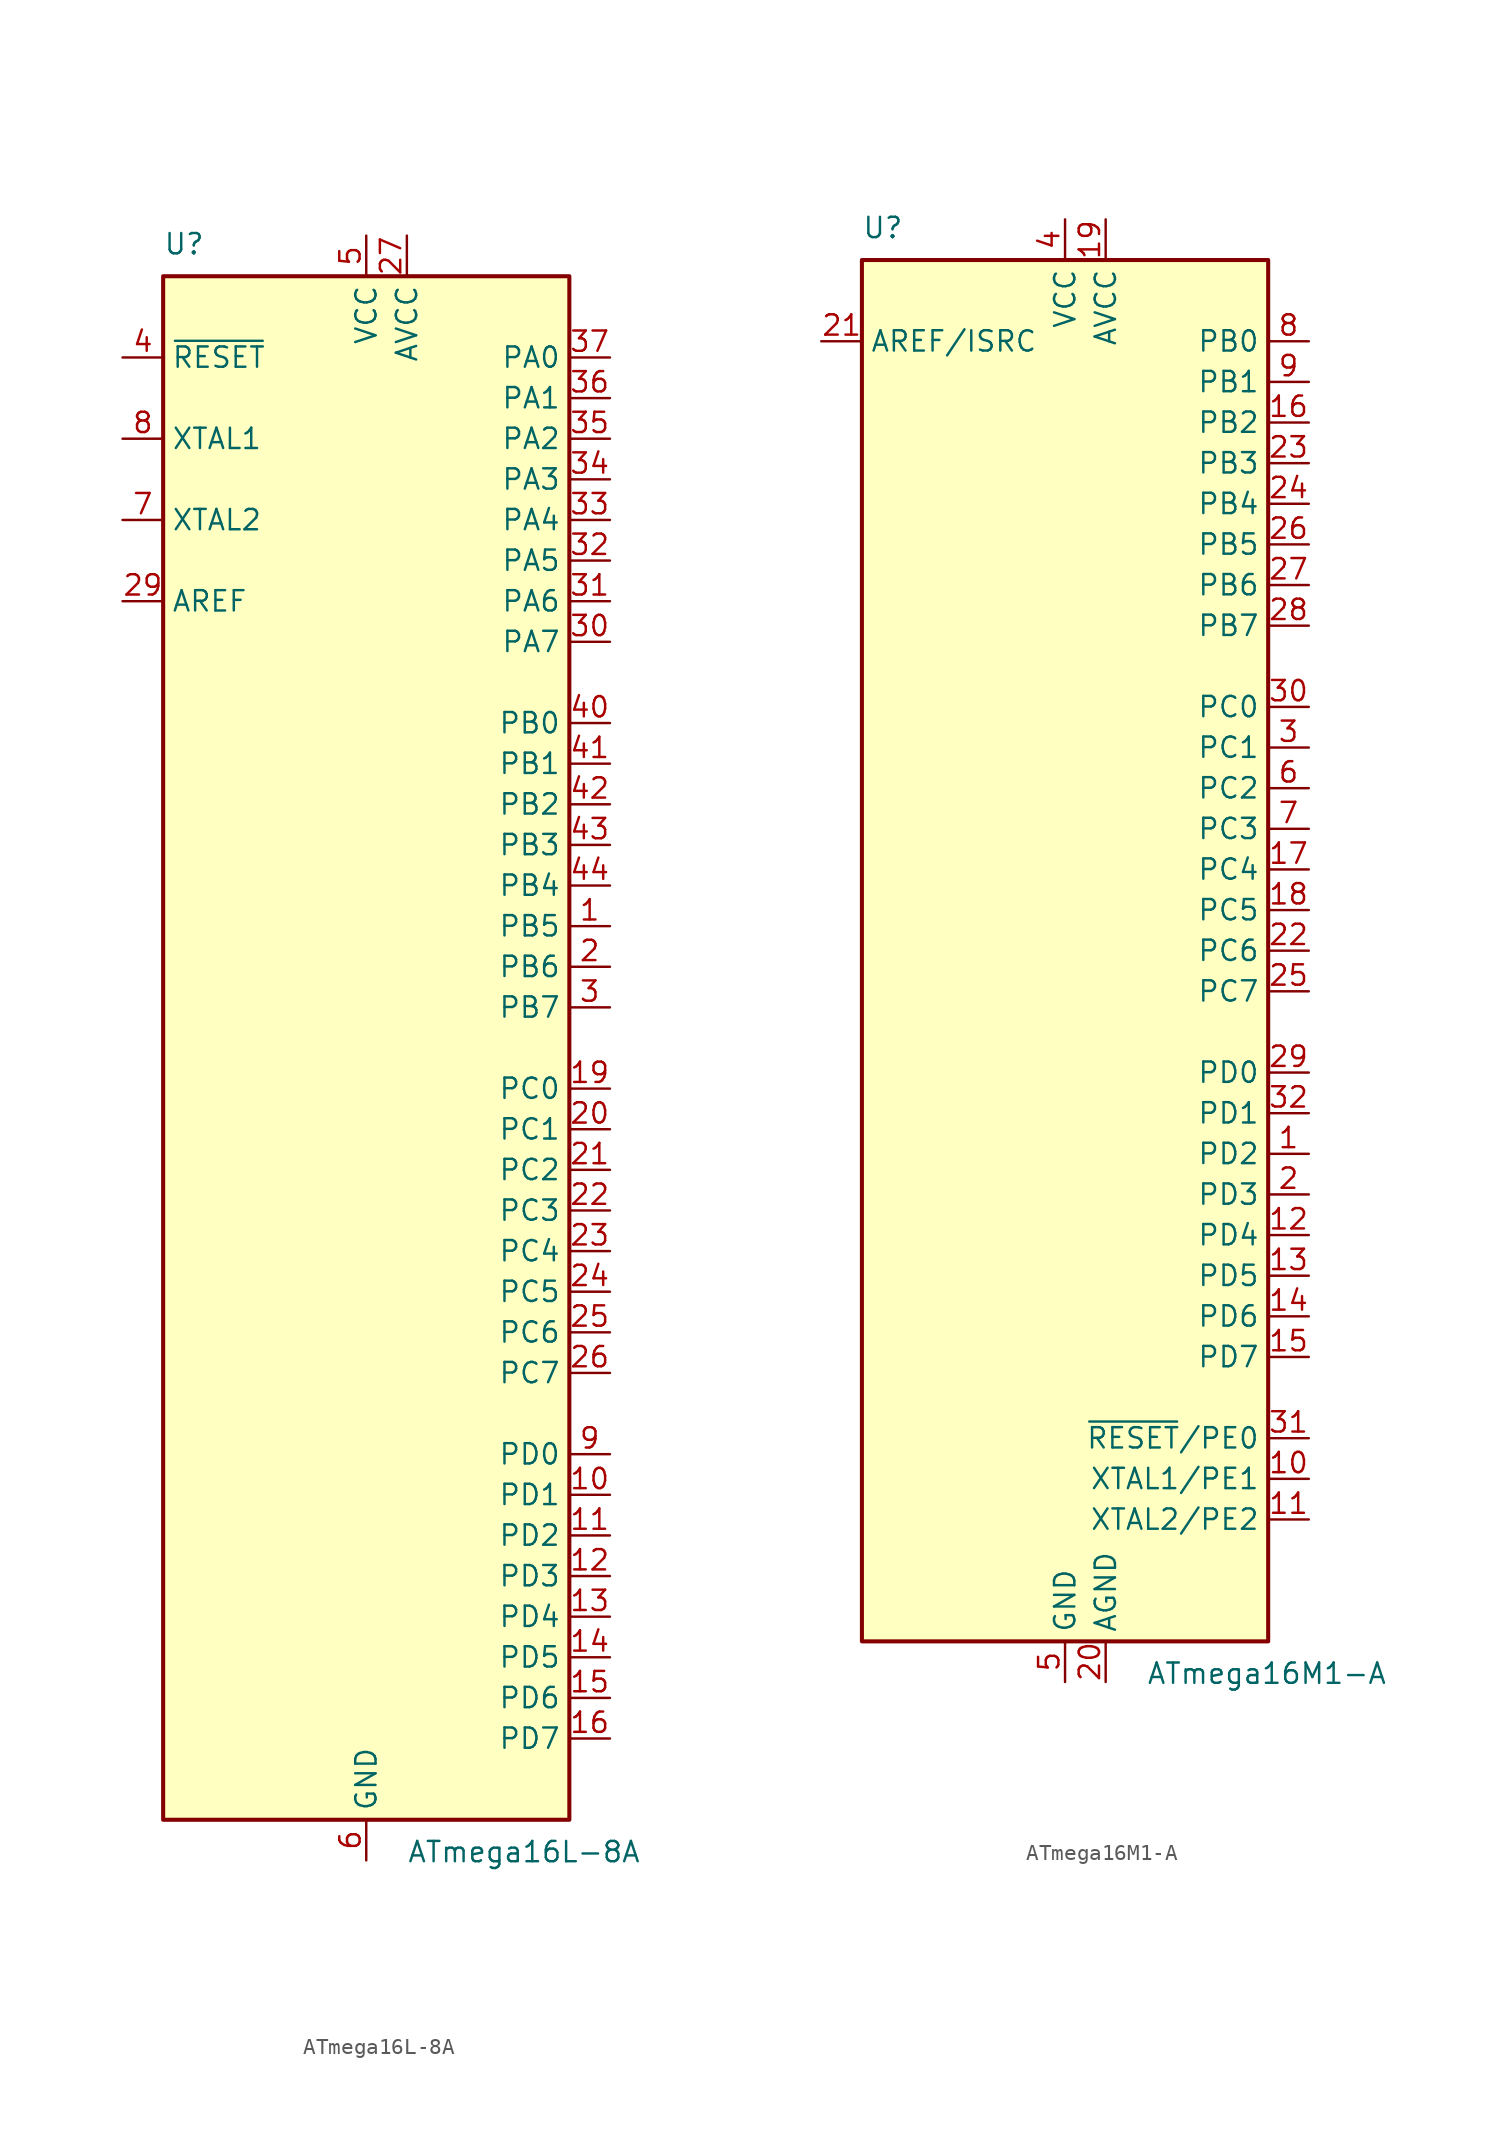
<source format=kicad_sym>
(kicad_symbol_lib
  (version 20220914)
  (generator kicad_symbol_editor)
  (symbol "ATmega16L-8A"
    (property "Reference" "U"
      (at -12.7 49.53 0)
      (effects (font (size 1.27 1.27)) (justify left bottom)))
    (property "Value" "ATmega16L-8A"
      (at 2.54 -49.53 0)
      (effects (font (size 1.27 1.27)) (justify left top)))
    (symbol "ATmega16L-8A_0_1"
      (rectangle (start -12.7 -48.26) (end 12.7 48.26) (stroke (width 0.254) (type default)) (fill (type background))))
    (symbol "ATmega16L-8A_1_1"
      (pin bidirectional line (at 15.24 7.62 180) (length 2.54) (name "PB5" (effects (font (size 1.27 1.27)))) (number "1" (effects (font (size 1.27 1.27)))))
      (pin bidirectional line (at 15.24 -27.94 180) (length 2.54) (name "PD1" (effects (font (size 1.27 1.27)))) (number "10" (effects (font (size 1.27 1.27)))))
      (pin bidirectional line (at 15.24 -30.48 180) (length 2.54) (name "PD2" (effects (font (size 1.27 1.27)))) (number "11" (effects (font (size 1.27 1.27)))))
      (pin bidirectional line (at 15.24 -33.02 180) (length 2.54) (name "PD3" (effects (font (size 1.27 1.27)))) (number "12" (effects (font (size 1.27 1.27)))))
      (pin bidirectional line (at 15.24 -35.56 180) (length 2.54) (name "PD4" (effects (font (size 1.27 1.27)))) (number "13" (effects (font (size 1.27 1.27)))))
      (pin bidirectional line (at 15.24 -38.1 180) (length 2.54) (name "PD5" (effects (font (size 1.27 1.27)))) (number "14" (effects (font (size 1.27 1.27)))))
      (pin bidirectional line (at 15.24 -40.64 180) (length 2.54) (name "PD6" (effects (font (size 1.27 1.27)))) (number "15" (effects (font (size 1.27 1.27)))))
      (pin bidirectional line (at 15.24 -43.18 180) (length 2.54) (name "PD7" (effects (font (size 1.27 1.27)))) (number "16" (effects (font (size 1.27 1.27)))))
      (pin passive line (at 0 50.8 270) (length 2.54) hide (name "VCC" (effects (font (size 1.27 1.27)))) (number "17" (effects (font (size 1.27 1.27)))))
      (pin passive line (at 0 -50.8 90) (length 2.54) hide (name "GND" (effects (font (size 1.27 1.27)))) (number "18" (effects (font (size 1.27 1.27)))))
      (pin bidirectional line (at 15.24 -2.54 180) (length 2.54) (name "PC0" (effects (font (size 1.27 1.27)))) (number "19" (effects (font (size 1.27 1.27)))))
      (pin bidirectional line (at 15.24 5.08 180) (length 2.54) (name "PB6" (effects (font (size 1.27 1.27)))) (number "2" (effects (font (size 1.27 1.27)))))
      (pin bidirectional line (at 15.24 -5.08 180) (length 2.54) (name "PC1" (effects (font (size 1.27 1.27)))) (number "20" (effects (font (size 1.27 1.27)))))
      (pin bidirectional line (at 15.24 -7.62 180) (length 2.54) (name "PC2" (effects (font (size 1.27 1.27)))) (number "21" (effects (font (size 1.27 1.27)))))
      (pin bidirectional line (at 15.24 -10.16 180) (length 2.54) (name "PC3" (effects (font (size 1.27 1.27)))) (number "22" (effects (font (size 1.27 1.27)))))
      (pin bidirectional line (at 15.24 -12.7 180) (length 2.54) (name "PC4" (effects (font (size 1.27 1.27)))) (number "23" (effects (font (size 1.27 1.27)))))
      (pin bidirectional line (at 15.24 -15.24 180) (length 2.54) (name "PC5" (effects (font (size 1.27 1.27)))) (number "24" (effects (font (size 1.27 1.27)))))
      (pin bidirectional line (at 15.24 -17.78 180) (length 2.54) (name "PC6" (effects (font (size 1.27 1.27)))) (number "25" (effects (font (size 1.27 1.27)))))
      (pin bidirectional line (at 15.24 -20.32 180) (length 2.54) (name "PC7" (effects (font (size 1.27 1.27)))) (number "26" (effects (font (size 1.27 1.27)))))
      (pin power_in line (at 2.54 50.8 270) (length 2.54) (name "AVCC" (effects (font (size 1.27 1.27)))) (number "27" (effects (font (size 1.27 1.27)))))
      (pin passive line (at 0 -50.8 90) (length 2.54) hide (name "GND" (effects (font (size 1.27 1.27)))) (number "28" (effects (font (size 1.27 1.27)))))
      (pin passive line (at -15.24 27.94 0) (length 2.54) (name "AREF" (effects (font (size 1.27 1.27)))) (number "29" (effects (font (size 1.27 1.27)))))
      (pin bidirectional line (at 15.24 2.54 180) (length 2.54) (name "PB7" (effects (font (size 1.27 1.27)))) (number "3" (effects (font (size 1.27 1.27)))))
      (pin bidirectional line (at 15.24 25.4 180) (length 2.54) (name "PA7" (effects (font (size 1.27 1.27)))) (number "30" (effects (font (size 1.27 1.27)))))
      (pin bidirectional line (at 15.24 27.94 180) (length 2.54) (name "PA6" (effects (font (size 1.27 1.27)))) (number "31" (effects (font (size 1.27 1.27)))))
      (pin bidirectional line (at 15.24 30.48 180) (length 2.54) (name "PA5" (effects (font (size 1.27 1.27)))) (number "32" (effects (font (size 1.27 1.27)))))
      (pin bidirectional line (at 15.24 33.02 180) (length 2.54) (name "PA4" (effects (font (size 1.27 1.27)))) (number "33" (effects (font (size 1.27 1.27)))))
      (pin bidirectional line (at 15.24 35.56 180) (length 2.54) (name "PA3" (effects (font (size 1.27 1.27)))) (number "34" (effects (font (size 1.27 1.27)))))
      (pin bidirectional line (at 15.24 38.1 180) (length 2.54) (name "PA2" (effects (font (size 1.27 1.27)))) (number "35" (effects (font (size 1.27 1.27)))))
      (pin bidirectional line (at 15.24 40.64 180) (length 2.54) (name "PA1" (effects (font (size 1.27 1.27)))) (number "36" (effects (font (size 1.27 1.27)))))
      (pin bidirectional line (at 15.24 43.18 180) (length 2.54) (name "PA0" (effects (font (size 1.27 1.27)))) (number "37" (effects (font (size 1.27 1.27)))))
      (pin passive line (at 0 50.8 270) (length 2.54) hide (name "VCC" (effects (font (size 1.27 1.27)))) (number "38" (effects (font (size 1.27 1.27)))))
      (pin passive line (at 0 -50.8 90) (length 2.54) hide (name "GND" (effects (font (size 1.27 1.27)))) (number "39" (effects (font (size 1.27 1.27)))))
      (pin input line (at -15.24 43.18 0) (length 2.54) (name "~{RESET}" (effects (font (size 1.27 1.27)))) (number "4" (effects (font (size 1.27 1.27)))))
      (pin bidirectional line (at 15.24 20.32 180) (length 2.54) (name "PB0" (effects (font (size 1.27 1.27)))) (number "40" (effects (font (size 1.27 1.27)))))
      (pin bidirectional line (at 15.24 17.78 180) (length 2.54) (name "PB1" (effects (font (size 1.27 1.27)))) (number "41" (effects (font (size 1.27 1.27)))))
      (pin bidirectional line (at 15.24 15.24 180) (length 2.54) (name "PB2" (effects (font (size 1.27 1.27)))) (number "42" (effects (font (size 1.27 1.27)))))
      (pin bidirectional line (at 15.24 12.7 180) (length 2.54) (name "PB3" (effects (font (size 1.27 1.27)))) (number "43" (effects (font (size 1.27 1.27)))))
      (pin bidirectional line (at 15.24 10.16 180) (length 2.54) (name "PB4" (effects (font (size 1.27 1.27)))) (number "44" (effects (font (size 1.27 1.27)))))
      (pin power_in line (at 0 50.8 270) (length 2.54) (name "VCC" (effects (font (size 1.27 1.27)))) (number "5" (effects (font (size 1.27 1.27)))))
      (pin power_in line (at 0 -50.8 90) (length 2.54) (name "GND" (effects (font (size 1.27 1.27)))) (number "6" (effects (font (size 1.27 1.27)))))
      (pin output line (at -15.24 33.02 0) (length 2.54) (name "XTAL2" (effects (font (size 1.27 1.27)))) (number "7" (effects (font (size 1.27 1.27)))))
      (pin input line (at -15.24 38.1 0) (length 2.54) (name "XTAL1" (effects (font (size 1.27 1.27)))) (number "8" (effects (font (size 1.27 1.27)))))
      (pin bidirectional line (at 15.24 -25.4 180) (length 2.54) (name "PD0" (effects (font (size 1.27 1.27)))) (number "9" (effects (font (size 1.27 1.27)))))))
  (symbol "ATmega16M1-A"
    (property "Reference" "U"
      (at -12.7 44.45 0)
      (effects (font (size 1.27 1.27)) (justify left bottom)))
    (property "Value" "ATmega16M1-A"
      (at 5.08 -44.45 0)
      (effects (font (size 1.27 1.27)) (justify left top)))
    (symbol "ATmega16M1-A_0_1"
      (rectangle (start -12.7 -43.18) (end 12.7 43.18) (stroke (width 0.254) (type default)) (fill (type background))))
    (symbol "ATmega16M1-A_1_1"
      (pin bidirectional line (at 15.24 -12.7 180) (length 2.54) (name "PD2" (effects (font (size 1.27 1.27)))) (number "1" (effects (font (size 1.27 1.27)))))
      (pin bidirectional line (at 15.24 -33.02 180) (length 2.54) (name "XTAL1/PE1" (effects (font (size 1.27 1.27)))) (number "10" (effects (font (size 1.27 1.27)))))
      (pin bidirectional line (at 15.24 -35.56 180) (length 2.54) (name "XTAL2/PE2" (effects (font (size 1.27 1.27)))) (number "11" (effects (font (size 1.27 1.27)))))
      (pin bidirectional line (at 15.24 -17.78 180) (length 2.54) (name "PD4" (effects (font (size 1.27 1.27)))) (number "12" (effects (font (size 1.27 1.27)))))
      (pin bidirectional line (at 15.24 -20.32 180) (length 2.54) (name "PD5" (effects (font (size 1.27 1.27)))) (number "13" (effects (font (size 1.27 1.27)))))
      (pin bidirectional line (at 15.24 -22.86 180) (length 2.54) (name "PD6" (effects (font (size 1.27 1.27)))) (number "14" (effects (font (size 1.27 1.27)))))
      (pin bidirectional line (at 15.24 -25.4 180) (length 2.54) (name "PD7" (effects (font (size 1.27 1.27)))) (number "15" (effects (font (size 1.27 1.27)))))
      (pin bidirectional line (at 15.24 33.02 180) (length 2.54) (name "PB2" (effects (font (size 1.27 1.27)))) (number "16" (effects (font (size 1.27 1.27)))))
      (pin bidirectional line (at 15.24 5.08 180) (length 2.54) (name "PC4" (effects (font (size 1.27 1.27)))) (number "17" (effects (font (size 1.27 1.27)))))
      (pin bidirectional line (at 15.24 2.54 180) (length 2.54) (name "PC5" (effects (font (size 1.27 1.27)))) (number "18" (effects (font (size 1.27 1.27)))))
      (pin power_in line (at 2.54 45.72 270) (length 2.54) (name "AVCC" (effects (font (size 1.27 1.27)))) (number "19" (effects (font (size 1.27 1.27)))))
      (pin bidirectional line (at 15.24 -15.24 180) (length 2.54) (name "PD3" (effects (font (size 1.27 1.27)))) (number "2" (effects (font (size 1.27 1.27)))))
      (pin power_in line (at 2.54 -45.72 90) (length 2.54) (name "AGND" (effects (font (size 1.27 1.27)))) (number "20" (effects (font (size 1.27 1.27)))))
      (pin passive line (at -15.24 38.1 0) (length 2.54) (name "AREF/ISRC" (effects (font (size 1.27 1.27)))) (number "21" (effects (font (size 1.27 1.27)))))
      (pin bidirectional line (at 15.24 0 180) (length 2.54) (name "PC6" (effects (font (size 1.27 1.27)))) (number "22" (effects (font (size 1.27 1.27)))))
      (pin bidirectional line (at 15.24 30.48 180) (length 2.54) (name "PB3" (effects (font (size 1.27 1.27)))) (number "23" (effects (font (size 1.27 1.27)))))
      (pin bidirectional line (at 15.24 27.94 180) (length 2.54) (name "PB4" (effects (font (size 1.27 1.27)))) (number "24" (effects (font (size 1.27 1.27)))))
      (pin bidirectional line (at 15.24 -2.54 180) (length 2.54) (name "PC7" (effects (font (size 1.27 1.27)))) (number "25" (effects (font (size 1.27 1.27)))))
      (pin bidirectional line (at 15.24 25.4 180) (length 2.54) (name "PB5" (effects (font (size 1.27 1.27)))) (number "26" (effects (font (size 1.27 1.27)))))
      (pin bidirectional line (at 15.24 22.86 180) (length 2.54) (name "PB6" (effects (font (size 1.27 1.27)))) (number "27" (effects (font (size 1.27 1.27)))))
      (pin bidirectional line (at 15.24 20.32 180) (length 2.54) (name "PB7" (effects (font (size 1.27 1.27)))) (number "28" (effects (font (size 1.27 1.27)))))
      (pin bidirectional line (at 15.24 -7.62 180) (length 2.54) (name "PD0" (effects (font (size 1.27 1.27)))) (number "29" (effects (font (size 1.27 1.27)))))
      (pin bidirectional line (at 15.24 12.7 180) (length 2.54) (name "PC1" (effects (font (size 1.27 1.27)))) (number "3" (effects (font (size 1.27 1.27)))))
      (pin bidirectional line (at 15.24 15.24 180) (length 2.54) (name "PC0" (effects (font (size 1.27 1.27)))) (number "30" (effects (font (size 1.27 1.27)))))
      (pin bidirectional line (at 15.24 -30.48 180) (length 2.54) (name "~{RESET}/PE0" (effects (font (size 1.27 1.27)))) (number "31" (effects (font (size 1.27 1.27)))))
      (pin bidirectional line (at 15.24 -10.16 180) (length 2.54) (name "PD1" (effects (font (size 1.27 1.27)))) (number "32" (effects (font (size 1.27 1.27)))))
      (pin power_in line (at 0 45.72 270) (length 2.54) (name "VCC" (effects (font (size 1.27 1.27)))) (number "4" (effects (font (size 1.27 1.27)))))
      (pin power_in line (at 0 -45.72 90) (length 2.54) (name "GND" (effects (font (size 1.27 1.27)))) (number "5" (effects (font (size 1.27 1.27)))))
      (pin bidirectional line (at 15.24 10.16 180) (length 2.54) (name "PC2" (effects (font (size 1.27 1.27)))) (number "6" (effects (font (size 1.27 1.27)))))
      (pin bidirectional line (at 15.24 7.62 180) (length 2.54) (name "PC3" (effects (font (size 1.27 1.27)))) (number "7" (effects (font (size 1.27 1.27)))))
      (pin bidirectional line (at 15.24 38.1 180) (length 2.54) (name "PB0" (effects (font (size 1.27 1.27)))) (number "8" (effects (font (size 1.27 1.27)))))
      (pin bidirectional line (at 15.24 35.56 180) (length 2.54) (name "PB1" (effects (font (size 1.27 1.27)))) (number "9" (effects (font (size 1.27 1.27))))))))
</source>
